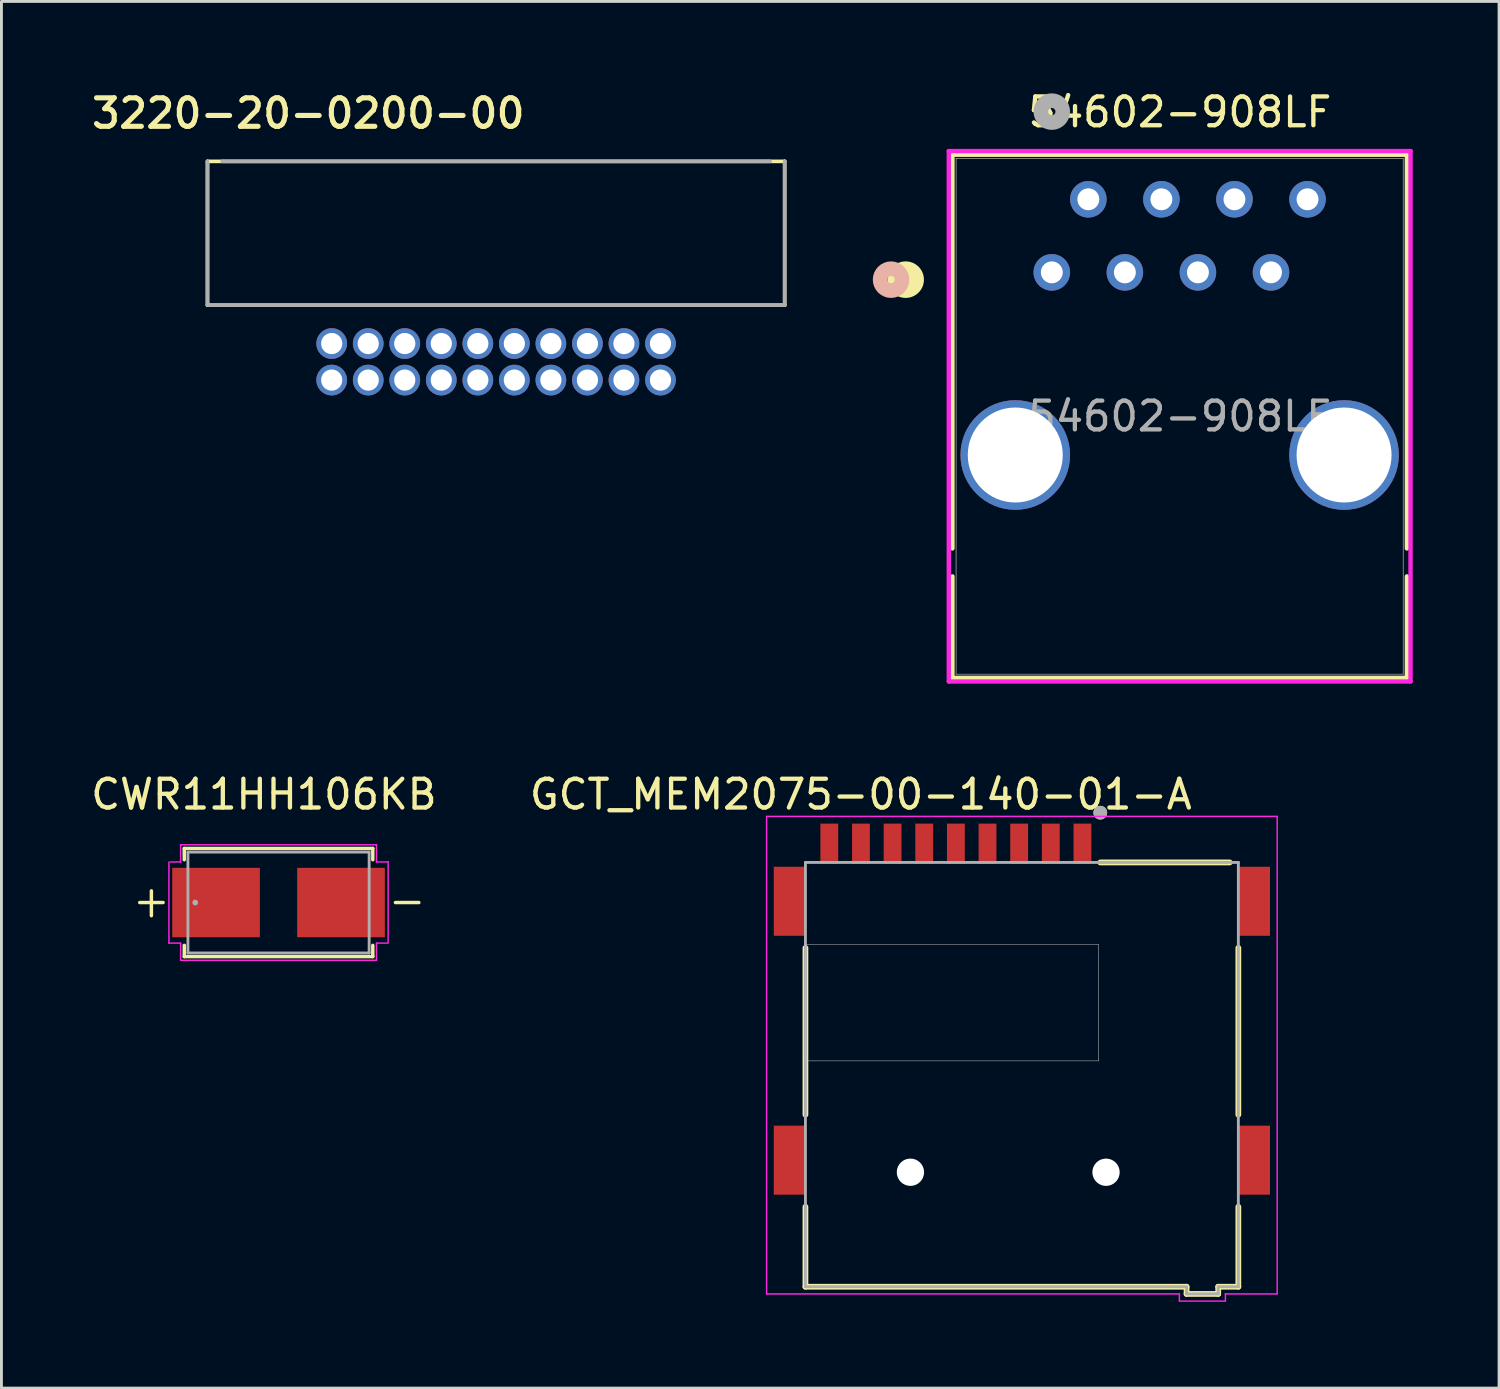
<source format=kicad_pcb>
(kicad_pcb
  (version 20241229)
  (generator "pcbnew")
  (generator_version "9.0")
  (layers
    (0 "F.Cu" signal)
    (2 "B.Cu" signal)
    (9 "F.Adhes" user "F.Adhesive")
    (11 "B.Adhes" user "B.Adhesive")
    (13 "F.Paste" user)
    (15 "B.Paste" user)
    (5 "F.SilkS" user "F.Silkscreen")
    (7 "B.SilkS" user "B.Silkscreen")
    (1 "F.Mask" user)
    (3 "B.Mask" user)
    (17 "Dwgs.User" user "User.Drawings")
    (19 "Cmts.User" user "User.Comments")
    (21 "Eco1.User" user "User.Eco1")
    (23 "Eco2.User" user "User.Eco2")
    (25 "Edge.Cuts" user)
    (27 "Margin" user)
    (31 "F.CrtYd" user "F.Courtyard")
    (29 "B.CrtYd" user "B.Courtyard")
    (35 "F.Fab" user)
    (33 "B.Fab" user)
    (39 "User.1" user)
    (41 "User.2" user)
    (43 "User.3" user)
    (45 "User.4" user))
  (footprint "GCT_MEM2075-00-140-01-A"
    (layer "F.Cu")
    (at 32 37.702)
    (property "Reference" "GCT_MEM2075-00-140-01-A" (at -5.125 -13.135 0) (layer "F.SilkS") (effects (font (size 1 1) (thickness 0.15))))
    (attr through_hole)
    (fp_line (start -7.05 -2) (end -7.05 -7.8) (stroke (width 0.2) (type solid)) (layer "F.SilkS"))
    (fp_line (start -7.05 3.98) (end -7.05 1.2) (stroke (width 0.2) (type solid)) (layer "F.SilkS"))
    (fp_line (start -7.05 3.98) (end 6.2 3.98) (stroke (width 0.2) (type solid)) (layer "F.SilkS"))
    (fp_line (start 3.2 -10.77) (end 7.7 -10.77) (stroke (width 0.2) (type solid)) (layer "F.SilkS"))
    (fp_line (start 6.2 3.98) (end 6.2 4.23) (stroke (width 0.2) (type solid)) (layer "F.SilkS"))
    (fp_line (start 6.2 4.23) (end 7.3 4.23) (stroke (width 0.2) (type solid)) (layer "F.SilkS"))
    (fp_line (start 7.3 3.98) (end 8 3.98) (stroke (width 0.2) (type solid)) (layer "F.SilkS"))
    (fp_line (start 7.3 4.23) (end 7.3 3.98) (stroke (width 0.2) (type solid)) (layer "F.SilkS"))
    (fp_line (start 8 -2) (end 8 -7.8) (stroke (width 0.2) (type solid)) (layer "F.SilkS"))
    (fp_line (start 8 3.98) (end 8 1.2) (stroke (width 0.2) (type solid)) (layer "F.SilkS"))
    (fp_circle (center 3.2 -12.5) (end 3.32 -12.5) (stroke (width 0.24) (type solid)) (fill no) (layer "F.SilkS"))
    (fp_poly (pts (xy -7.05 -7.92) (xy 3.15 -7.92) (xy 3.15 -3.87) (xy -7.05 -3.87)) (stroke (width 0.01) (type solid)) (fill no) (layer "Dwgs.User"))
    (fp_poly (pts (xy -7.05 -7.92) (xy 3.15 -7.92) (xy 3.15 -3.87) (xy -7.05 -3.87)) (stroke (width 0.01) (type solid)) (fill no) (layer "Dwgs.User"))
    (fp_line (start -8.4 -12.37) (end 9.35 -12.37) (stroke (width 0.05) (type solid)) (layer "F.CrtYd"))
    (fp_line (start -8.4 4.23) (end -8.4 -12.37) (stroke (width 0.05) (type solid)) (layer "F.CrtYd"))
    (fp_line (start -8.4 4.23) (end 5.95 4.23) (stroke (width 0.05) (type solid)) (layer "F.CrtYd"))
    (fp_line (start 5.95 4.23) (end 5.95 4.48) (stroke (width 0.05) (type solid)) (layer "F.CrtYd"))
    (fp_line (start 5.95 4.48) (end 7.55 4.48) (stroke (width 0.05) (type solid)) (layer "F.CrtYd"))
    (fp_line (start 7.55 4.23) (end 9.35 4.23) (stroke (width 0.05) (type solid)) (layer "F.CrtYd"))
    (fp_line (start 7.55 4.48) (end 7.55 4.23) (stroke (width 0.05) (type solid)) (layer "F.CrtYd"))
    (fp_line (start 9.35 -12.37) (end 9.35 4.23) (stroke (width 0.05) (type solid)) (layer "F.CrtYd"))
    (fp_line (start -7.05 -10.77) (end 8 -10.77) (stroke (width 0.1) (type solid)) (layer "F.Fab"))
    (fp_line (start -7.05 3.98) (end -7.05 -10.77) (stroke (width 0.1) (type solid)) (layer "F.Fab"))
    (fp_line (start -7.05 3.98) (end 6.2 3.98) (stroke (width 0.1) (type solid)) (layer "F.Fab"))
    (fp_line (start 6.2 3.98) (end 6.2 4.23) (stroke (width 0.1) (type solid)) (layer "F.Fab"))
    (fp_line (start 6.2 4.23) (end 7.3 4.23) (stroke (width 0.1) (type solid)) (layer "F.Fab"))
    (fp_line (start 7.3 3.98) (end 8 3.98) (stroke (width 0.1) (type solid)) (layer "F.Fab"))
    (fp_line (start 7.3 4.23) (end 7.3 3.98) (stroke (width 0.1) (type solid)) (layer "F.Fab"))
    (fp_line (start 8 3.98) (end 8 -10.77) (stroke (width 0.1) (type solid)) (layer "F.Fab"))
    (fp_circle (center 3.2 -12.5) (end 3.32 -12.5) (stroke (width 0.24) (type solid)) (fill no) (layer "F.Fab"))
    (pad "" np_thru_hole circle (at -3.4 0) (size 0.95 0.95) (drill 0.95) (layers "*.Cu" "*.Mask"))
    (pad "" np_thru_hole circle (at 3.4 0) (size 0.95 0.95) (drill 0.95) (layers "*.Cu" "*.Mask"))
    (pad "P1" smd rect (at 2.58 -11.42) (size 0.62 1.4) (layers "F.Cu" "F.Mask" "F.Paste"))
    (pad "P2" smd rect (at 1.48 -11.42) (size 0.62 1.4) (layers "F.Cu" "F.Mask" "F.Paste"))
    (pad "P3" smd rect (at 0.38 -11.42) (size 0.62 1.4) (layers "F.Cu" "F.Mask" "F.Paste"))
    (pad "P4" smd rect (at -0.72 -11.42) (size 0.62 1.4) (layers "F.Cu" "F.Mask" "F.Paste"))
    (pad "P5" smd rect (at -1.82 -11.42) (size 0.62 1.4) (layers "F.Cu" "F.Mask" "F.Paste"))
    (pad "P6" smd rect (at -2.92 -11.42) (size 0.62 1.4) (layers "F.Cu" "F.Mask" "F.Paste"))
    (pad "P7" smd rect (at -4.02 -11.42) (size 0.62 1.4) (layers "F.Cu" "F.Mask" "F.Paste"))
    (pad "P8" smd rect (at -5.12 -11.42) (size 0.62 1.4) (layers "F.Cu" "F.Mask" "F.Paste"))
    (pad "P9" smd rect (at -6.22 -11.42) (size 0.62 1.4) (layers "F.Cu" "F.Mask" "F.Paste"))
    (pad "SH1" smd rect (at -7.6 -0.42) (size 1.1 2.4) (layers "F.Cu" "F.Mask" "F.Paste"))
    (pad "SH2" smd rect (at -7.6 -9.42) (size 1.1 2.4) (layers "F.Cu" "F.Mask" "F.Paste"))
    (pad "SH3" smd rect (at 8.55 -9.42) (size 1.1 2.4) (layers "F.Cu" "F.Mask" "F.Paste"))
    (pad "SH4" smd rect (at 8.55 -0.42) (size 1.1 2.4) (layers "F.Cu" "F.Mask" "F.Paste")))
  (footprint "CWR11HH106KB"
    (layer "F.Cu")
    (at 6.633 28.326)
    (property "Reference" "CWR11HH106KB" (at -0.508 -3.759 0) (layer "F.SilkS") (effects (font (size 1 1) (thickness 0.15))))
    (attr through_hole)
    (fp_line (start -4.826 0) (end -4.013 0) (stroke (width 0.12) (type solid)) (layer "F.SilkS"))
    (fp_line (start -4.42 -0.406) (end -4.42 0.457) (stroke (width 0.12) (type solid)) (layer "F.SilkS"))
    (fp_line (start -3.277 -1.88) (end -3.277 -1.488) (stroke (width 0.12) (type solid)) (layer "F.SilkS"))
    (fp_line (start -3.277 1.488) (end -3.277 1.88) (stroke (width 0.12) (type solid)) (layer "F.SilkS"))
    (fp_line (start -3.277 1.88) (end 3.277 1.88) (stroke (width 0.12) (type solid)) (layer "F.SilkS"))
    (fp_line (start 3.277 -1.88) (end -3.277 -1.88) (stroke (width 0.12) (type solid)) (layer "F.SilkS"))
    (fp_line (start 3.277 -1.488) (end 3.277 -1.88) (stroke (width 0.12) (type solid)) (layer "F.SilkS"))
    (fp_line (start 3.277 1.88) (end 3.277 1.488) (stroke (width 0.12) (type solid)) (layer "F.SilkS"))
    (fp_line (start 4.064 0) (end 4.877 0) (stroke (width 0.12) (type solid)) (layer "F.SilkS"))
    (fp_line (start -3.81 1.41) (end -3.81 -1.41) (stroke (width 0.05) (type solid)) (layer "F.CrtYd"))
    (fp_line (start -3.759 -1.41) (end -3.404 -1.41) (stroke (width 0.05) (type solid)) (layer "F.CrtYd"))
    (fp_line (start -3.404 -2.007) (end 3.404 -2.007) (stroke (width 0.05) (type solid)) (layer "F.CrtYd"))
    (fp_line (start -3.404 -1.41) (end -3.404 -2.007) (stroke (width 0.05) (type solid)) (layer "F.CrtYd"))
    (fp_line (start -3.404 1.41) (end -3.81 1.41) (stroke (width 0.05) (type solid)) (layer "F.CrtYd"))
    (fp_line (start -3.404 2.007) (end -3.404 1.41) (stroke (width 0.05) (type solid)) (layer "F.CrtYd"))
    (fp_line (start 3.404 -2.007) (end 3.404 -1.41) (stroke (width 0.05) (type solid)) (layer "F.CrtYd"))
    (fp_line (start 3.404 -1.41) (end 3.81 -1.41) (stroke (width 0.05) (type solid)) (layer "F.CrtYd"))
    (fp_line (start 3.404 1.41) (end 3.404 2.007) (stroke (width 0.05) (type solid)) (layer "F.CrtYd"))
    (fp_line (start 3.404 2.007) (end -3.404 2.007) (stroke (width 0.05) (type solid)) (layer "F.CrtYd"))
    (fp_line (start 3.81 -1.422) (end 3.81 1.372) (stroke (width 0.05) (type solid)) (layer "F.CrtYd"))
    (fp_line (start 3.81 1.41) (end 3.404 1.41) (stroke (width 0.05) (type solid)) (layer "F.CrtYd"))
    (fp_line (start -3.15 -1.753) (end -3.15 1.753) (stroke (width 0.1) (type solid)) (layer "F.Fab"))
    (fp_line (start -3.15 1.753) (end 3.15 1.753) (stroke (width 0.1) (type solid)) (layer "F.Fab"))
    (fp_line (start 3.15 -1.753) (end -3.15 -1.753) (stroke (width 0.1) (type solid)) (layer "F.Fab"))
    (fp_line (start 3.15 1.753) (end 3.15 -1.753) (stroke (width 0.1) (type solid)) (layer "F.Fab"))
    (fp_circle (center -2.896 0) (end -2.896 0) (stroke (width 0.1) (type solid)) (fill no) (layer "F.Fab"))
    (pad "1" smd rect (at -2.172 0 90) (size 2.413 3.048) (layers "F.Cu" "F.Mask" "F.Paste"))
    (pad "2" smd rect (at 2.172 0 90) (size 2.413 3.048) (layers "F.Cu" "F.Mask" "F.Paste")))
  (footprint "54602-908LF"
    (layer "F.Cu")
    (at 33.515 6.418)
    (property "Reference" "54602-908LF" (at 4.45 -5.57 0) (unlocked yes) (layer "F.SilkS") (effects (font (size 1 1) (thickness 0.15))))
    (attr through_hole)
    (fp_line (start -3.454 -4.089) (end -3.454 9.598) (stroke (width 0.152) (type solid)) (layer "F.SilkS"))
    (fp_line (start -3.454 10.57) (end -3.454 14.097) (stroke (width 0.152) (type solid)) (layer "F.SilkS"))
    (fp_line (start -3.454 14.097) (end 12.344 14.097) (stroke (width 0.152) (type solid)) (layer "F.SilkS"))
    (fp_line (start 12.344 -4.089) (end -3.454 -4.089) (stroke (width 0.152) (type solid)) (layer "F.SilkS"))
    (fp_line (start 12.344 9.598) (end 12.344 -4.089) (stroke (width 0.152) (type solid)) (layer "F.SilkS"))
    (fp_line (start 12.344 14.097) (end 12.344 10.57) (stroke (width 0.152) (type solid)) (layer "F.SilkS"))
    (fp_circle (center -5.08 0.254) (end -4.699 0.254) (stroke (width 0.508) (type solid)) (fill yes) (layer "F.SilkS"))
    (fp_circle (center -5.588 0.254) (end -5.207 0.254) (stroke (width 0.508) (type solid)) (fill no) (layer "B.SilkS"))
    (fp_line (start -3.581 -4.216) (end -3.581 14.224) (stroke (width 0.152) (type solid)) (layer "F.CrtYd"))
    (fp_line (start -3.581 14.224) (end 12.471 14.224) (stroke (width 0.152) (type solid)) (layer "F.CrtYd"))
    (fp_line (start 12.471 -4.216) (end -3.581 -4.216) (stroke (width 0.152) (type solid)) (layer "F.CrtYd"))
    (fp_line (start 12.471 14.224) (end 12.471 -4.216) (stroke (width 0.152) (type solid)) (layer "F.CrtYd"))
    (fp_line (start -3.327 -3.962) (end -3.327 13.97) (stroke (width 0.025) (type solid)) (layer "F.Fab"))
    (fp_line (start -3.327 13.97) (end 12.217 13.97) (stroke (width 0.025) (type solid)) (layer "F.Fab"))
    (fp_line (start 12.217 -3.962) (end -3.327 -3.962) (stroke (width 0.025) (type solid)) (layer "F.Fab"))
    (fp_line (start 12.217 13.97) (end 12.217 -3.962) (stroke (width 0.025) (type solid)) (layer "F.Fab"))
    (fp_circle (center 0 -5.588) (end 0.381 -5.588) (stroke (width 0.508) (type solid)) (fill no) (layer "F.Fab"))
    (fp_text user "${REFERENCE}" (at 4.445 5.004 0) (unlocked yes) (layer "F.Fab") (effects (font (size 1 1) (thickness 0.15))))
    (pad "1" thru_hole circle (at 0 0) (size 1.27 1.27) (drill 0.762) (layers "*.Cu" "*.Mask"))
    (pad "2" thru_hole circle (at 1.27 -2.54) (size 1.27 1.27) (drill 0.762) (layers "*.Cu" "*.Mask"))
    (pad "3" thru_hole circle (at 2.54 0) (size 1.27 1.27) (drill 0.762) (layers "*.Cu" "*.Mask"))
    (pad "4" thru_hole circle (at 3.81 -2.54) (size 1.27 1.27) (drill 0.762) (layers "*.Cu" "*.Mask"))
    (pad "5" thru_hole circle (at 5.08 0) (size 1.27 1.27) (drill 0.762) (layers "*.Cu" "*.Mask"))
    (pad "6" thru_hole circle (at 6.35 -2.54) (size 1.27 1.27) (drill 0.762) (layers "*.Cu" "*.Mask"))
    (pad "7" thru_hole circle (at 7.62 0) (size 1.27 1.27) (drill 0.762) (layers "*.Cu" "*.Mask"))
    (pad "8" thru_hole circle (at 8.89 -2.54) (size 1.27 1.27) (drill 0.762) (layers "*.Cu" "*.Mask"))
    (pad "9" thru_hole circle (at -1.27 6.35 90) (size 3.81 3.81) (drill 3.302) (layers "*.Cu" "*.Mask"))
    (pad "10" thru_hole circle (at 10.16 6.35 90) (size 3.81 3.81) (drill 3.302) (layers "*.Cu" "*.Mask")))
  (footprint "3220-20-0200-00"
    (layer "F.Cu")
    (at 14.196 8.893)
    (property "Reference" "3220-20-0200-00" (at -6.528 -8.001 0) (layer "F.SilkS") (effects (font (size 0.991 0.991) (thickness 0.178))))
    (attr through_hole)
    (fp_line (start -10.033 -6.334) (end 10.033 -6.334) (stroke (width 0.127) (type solid)) (layer "F.SilkS"))
    (fp_line (start -10.033 -1.334) (end -10.033 -6.334) (stroke (width 0.127) (type solid)) (layer "F.SilkS"))
    (fp_line (start 10.033 -6.334) (end 10.033 -1.334) (stroke (width 0.127) (type solid)) (layer "F.SilkS"))
    (fp_line (start 10.033 -1.334) (end -10.033 -1.334) (stroke (width 0.127) (type solid)) (layer "F.SilkS"))
    (fp_line (start -10.033 -1.334) (end -10.033 -6.334) (stroke (width 0.127) (type solid)) (layer "F.Fab"))
    (fp_line (start -9.525 -6.334) (end 9.525 -6.334) (stroke (width 0.127) (type solid)) (layer "F.Fab"))
    (fp_line (start 10.033 -6.334) (end 10.033 -1.334) (stroke (width 0.127) (type solid)) (layer "F.Fab"))
    (fp_line (start 10.033 -1.334) (end -10.033 -1.334) (stroke (width 0.127) (type solid)) (layer "F.Fab"))
    (pad "1" thru_hole circle (at -5.715 1.27) (size 1.067 1.067) (drill 0.737) (layers "*.Cu" "*.Mask"))
    (pad "2" thru_hole circle (at -5.715 0) (size 1.067 1.067) (drill 0.737) (layers "*.Cu" "*.Mask"))
    (pad "3" thru_hole circle (at -4.445 1.27) (size 1.067 1.067) (drill 0.737) (layers "*.Cu" "*.Mask"))
    (pad "4" thru_hole circle (at -4.445 0) (size 1.067 1.067) (drill 0.737) (layers "*.Cu" "*.Mask"))
    (pad "5" thru_hole circle (at -3.175 1.27) (size 1.067 1.067) (drill 0.737) (layers "*.Cu" "*.Mask"))
    (pad "6" thru_hole circle (at -3.175 0) (size 1.067 1.067) (drill 0.737) (layers "*.Cu" "*.Mask"))
    (pad "7" thru_hole circle (at -1.905 1.27) (size 1.067 1.067) (drill 0.737) (layers "*.Cu" "*.Mask"))
    (pad "8" thru_hole circle (at -1.905 0) (size 1.067 1.067) (drill 0.737) (layers "*.Cu" "*.Mask"))
    (pad "9" thru_hole circle (at -0.635 1.27) (size 1.067 1.067) (drill 0.737) (layers "*.Cu" "*.Mask"))
    (pad "10" thru_hole circle (at -0.635 0) (size 1.067 1.067) (drill 0.737) (layers "*.Cu" "*.Mask"))
    (pad "11" thru_hole circle (at 0.635 1.27) (size 1.067 1.067) (drill 0.737) (layers "*.Cu" "*.Mask"))
    (pad "12" thru_hole circle (at 0.635 0) (size 1.067 1.067) (drill 0.737) (layers "*.Cu" "*.Mask"))
    (pad "13" thru_hole circle (at 1.905 1.27) (size 1.067 1.067) (drill 0.737) (layers "*.Cu" "*.Mask"))
    (pad "14" thru_hole circle (at 1.905 0) (size 1.067 1.067) (drill 0.737) (layers "*.Cu" "*.Mask"))
    (pad "15" thru_hole circle (at 3.175 1.27) (size 1.067 1.067) (drill 0.737) (layers "*.Cu" "*.Mask"))
    (pad "16" thru_hole circle (at 3.175 0) (size 1.067 1.067) (drill 0.737) (layers "*.Cu" "*.Mask"))
    (pad "17" thru_hole circle (at 4.445 1.27) (size 1.067 1.067) (drill 0.737) (layers "*.Cu" "*.Mask"))
    (pad "18" thru_hole circle (at 4.445 0) (size 1.067 1.067) (drill 0.737) (layers "*.Cu" "*.Mask"))
    (pad "19" thru_hole circle (at 5.715 1.27) (size 1.067 1.067) (drill 0.737) (layers "*.Cu" "*.Mask"))
    (pad "20" thru_hole circle (at 5.715 0) (size 1.067 1.067) (drill 0.737) (layers "*.Cu" "*.Mask")))
  (gr_rect
    (start -3 -3)
    (end 49.063 45.207)
    (stroke (width 0.1) (type default))
    (fill no)
    (layer "Edge.Cuts")))
</source>
